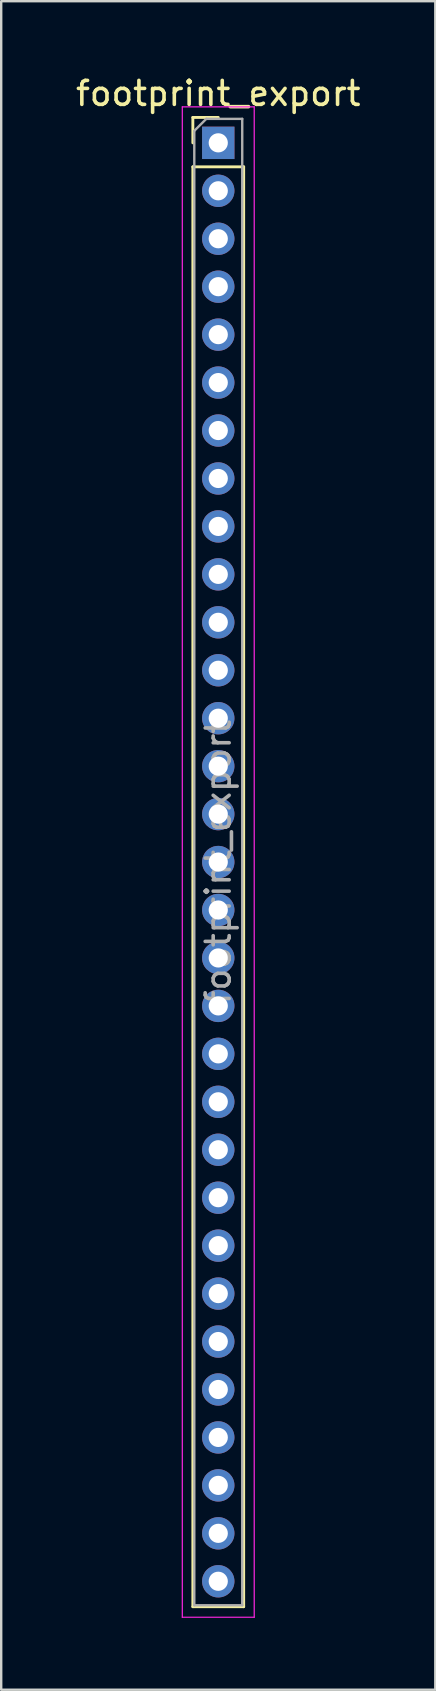
<source format=kicad_pcb>
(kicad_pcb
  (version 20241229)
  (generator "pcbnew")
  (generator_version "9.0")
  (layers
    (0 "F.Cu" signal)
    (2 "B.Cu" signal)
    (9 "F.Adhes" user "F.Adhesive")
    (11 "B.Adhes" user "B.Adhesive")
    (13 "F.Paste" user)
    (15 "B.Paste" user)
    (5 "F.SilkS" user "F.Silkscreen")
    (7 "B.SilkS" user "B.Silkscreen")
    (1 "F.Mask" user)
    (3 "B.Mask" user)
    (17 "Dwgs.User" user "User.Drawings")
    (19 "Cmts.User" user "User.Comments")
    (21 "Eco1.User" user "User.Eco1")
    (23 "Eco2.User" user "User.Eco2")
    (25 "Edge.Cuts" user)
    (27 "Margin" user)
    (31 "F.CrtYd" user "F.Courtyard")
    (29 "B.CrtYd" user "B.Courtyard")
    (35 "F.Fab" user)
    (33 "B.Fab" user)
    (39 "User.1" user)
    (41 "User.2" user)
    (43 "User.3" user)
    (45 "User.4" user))
  (footprint "footprint_export"
    (layer "F.Cu")
    (at 6.054 2.908)
    (property "Reference" "footprint_export" (at 0 -2.06 0) (layer "F.SilkS") (effects (font (size 1 1) (thickness 0.15))))
    (attr through_hole)
    (fp_line (start -1.06 -1.06) (end 0 -1.06) (stroke (width 0.12) (type solid)) (layer "F.SilkS"))
    (fp_line (start -1.06 0) (end -1.06 -1.06) (stroke (width 0.12) (type solid)) (layer "F.SilkS"))
    (fp_line (start -1.06 1) (end -1.06 61.06) (stroke (width 0.12) (type solid)) (layer "F.SilkS"))
    (fp_line (start -1.06 1) (end 1.06 1) (stroke (width 0.12) (type solid)) (layer "F.SilkS"))
    (fp_line (start -1.06 61.06) (end 1.06 61.06) (stroke (width 0.12) (type solid)) (layer "F.SilkS"))
    (fp_line (start 1.06 1) (end 1.06 61.06) (stroke (width 0.12) (type solid)) (layer "F.SilkS"))
    (fp_line (start -1.5 -1.5) (end -1.5 61.5) (stroke (width 0.05) (type solid)) (layer "F.CrtYd"))
    (fp_line (start -1.5 61.5) (end 1.5 61.5) (stroke (width 0.05) (type solid)) (layer "F.CrtYd"))
    (fp_line (start 1.5 -1.5) (end -1.5 -1.5) (stroke (width 0.05) (type solid)) (layer "F.CrtYd"))
    (fp_line (start 1.5 61.5) (end 1.5 -1.5) (stroke (width 0.05) (type solid)) (layer "F.CrtYd"))
    (fp_line (start -1 -0.5) (end -0.5 -1) (stroke (width 0.1) (type solid)) (layer "F.Fab"))
    (fp_line (start -1 61) (end -1 -0.5) (stroke (width 0.1) (type solid)) (layer "F.Fab"))
    (fp_line (start -0.5 -1) (end 1 -1) (stroke (width 0.1) (type solid)) (layer "F.Fab"))
    (fp_line (start 1 -1) (end 1 61) (stroke (width 0.1) (type solid)) (layer "F.Fab"))
    (fp_line (start 1 61) (end -1 61) (stroke (width 0.1) (type solid)) (layer "F.Fab"))
    (fp_text user "${REFERENCE}" (at 0 30 90) (layer "F.Fab") (effects (font (size 1 1) (thickness 0.15))))
    (pad "1" thru_hole rect (at 0 0) (size 1.35 1.35) (drill 0.8) (layers "*.Cu" "*.Mask"))
    (pad "2" thru_hole oval (at 0 2) (size 1.35 1.35) (drill 0.8) (layers "*.Cu" "*.Mask"))
    (pad "3" thru_hole oval (at 0 4) (size 1.35 1.35) (drill 0.8) (layers "*.Cu" "*.Mask"))
    (pad "4" thru_hole oval (at 0 6) (size 1.35 1.35) (drill 0.8) (layers "*.Cu" "*.Mask"))
    (pad "5" thru_hole oval (at 0 8) (size 1.35 1.35) (drill 0.8) (layers "*.Cu" "*.Mask"))
    (pad "6" thru_hole oval (at 0 10) (size 1.35 1.35) (drill 0.8) (layers "*.Cu" "*.Mask"))
    (pad "7" thru_hole oval (at 0 12) (size 1.35 1.35) (drill 0.8) (layers "*.Cu" "*.Mask"))
    (pad "8" thru_hole oval (at 0 14) (size 1.35 1.35) (drill 0.8) (layers "*.Cu" "*.Mask"))
    (pad "9" thru_hole oval (at 0 16) (size 1.35 1.35) (drill 0.8) (layers "*.Cu" "*.Mask"))
    (pad "10" thru_hole oval (at 0 18) (size 1.35 1.35) (drill 0.8) (layers "*.Cu" "*.Mask"))
    (pad "11" thru_hole oval (at 0 20) (size 1.35 1.35) (drill 0.8) (layers "*.Cu" "*.Mask"))
    (pad "12" thru_hole oval (at 0 22) (size 1.35 1.35) (drill 0.8) (layers "*.Cu" "*.Mask"))
    (pad "13" thru_hole oval (at 0 24) (size 1.35 1.35) (drill 0.8) (layers "*.Cu" "*.Mask"))
    (pad "14" thru_hole oval (at 0 26) (size 1.35 1.35) (drill 0.8) (layers "*.Cu" "*.Mask"))
    (pad "15" thru_hole oval (at 0 28) (size 1.35 1.35) (drill 0.8) (layers "*.Cu" "*.Mask"))
    (pad "16" thru_hole oval (at 0 30) (size 1.35 1.35) (drill 0.8) (layers "*.Cu" "*.Mask"))
    (pad "17" thru_hole oval (at 0 32) (size 1.35 1.35) (drill 0.8) (layers "*.Cu" "*.Mask"))
    (pad "18" thru_hole oval (at 0 34) (size 1.35 1.35) (drill 0.8) (layers "*.Cu" "*.Mask"))
    (pad "19" thru_hole oval (at 0 36) (size 1.35 1.35) (drill 0.8) (layers "*.Cu" "*.Mask"))
    (pad "20" thru_hole oval (at 0 38) (size 1.35 1.35) (drill 0.8) (layers "*.Cu" "*.Mask"))
    (pad "21" thru_hole oval (at 0 40) (size 1.35 1.35) (drill 0.8) (layers "*.Cu" "*.Mask"))
    (pad "22" thru_hole oval (at 0 42) (size 1.35 1.35) (drill 0.8) (layers "*.Cu" "*.Mask"))
    (pad "23" thru_hole oval (at 0 44) (size 1.35 1.35) (drill 0.8) (layers "*.Cu" "*.Mask"))
    (pad "24" thru_hole oval (at 0 46) (size 1.35 1.35) (drill 0.8) (layers "*.Cu" "*.Mask"))
    (pad "25" thru_hole oval (at 0 48) (size 1.35 1.35) (drill 0.8) (layers "*.Cu" "*.Mask"))
    (pad "26" thru_hole oval (at 0 50) (size 1.35 1.35) (drill 0.8) (layers "*.Cu" "*.Mask"))
    (pad "27" thru_hole oval (at 0 52) (size 1.35 1.35) (drill 0.8) (layers "*.Cu" "*.Mask"))
    (pad "28" thru_hole oval (at 0 54) (size 1.35 1.35) (drill 0.8) (layers "*.Cu" "*.Mask"))
    (pad "29" thru_hole oval (at 0 56) (size 1.35 1.35) (drill 0.8) (layers "*.Cu" "*.Mask"))
    (pad "30" thru_hole oval (at 0 58) (size 1.35 1.35) (drill 0.8) (layers "*.Cu" "*.Mask"))
    (pad "31" thru_hole oval (at 0 60) (size 1.35 1.35) (drill 0.8) (layers "*.Cu" "*.Mask")))
  (gr_rect
    (start -3 -3)
    (end 15.107 67.433)
    (stroke (width 0.1) (type default))
    (fill no)
    (layer "Edge.Cuts")))
</source>
